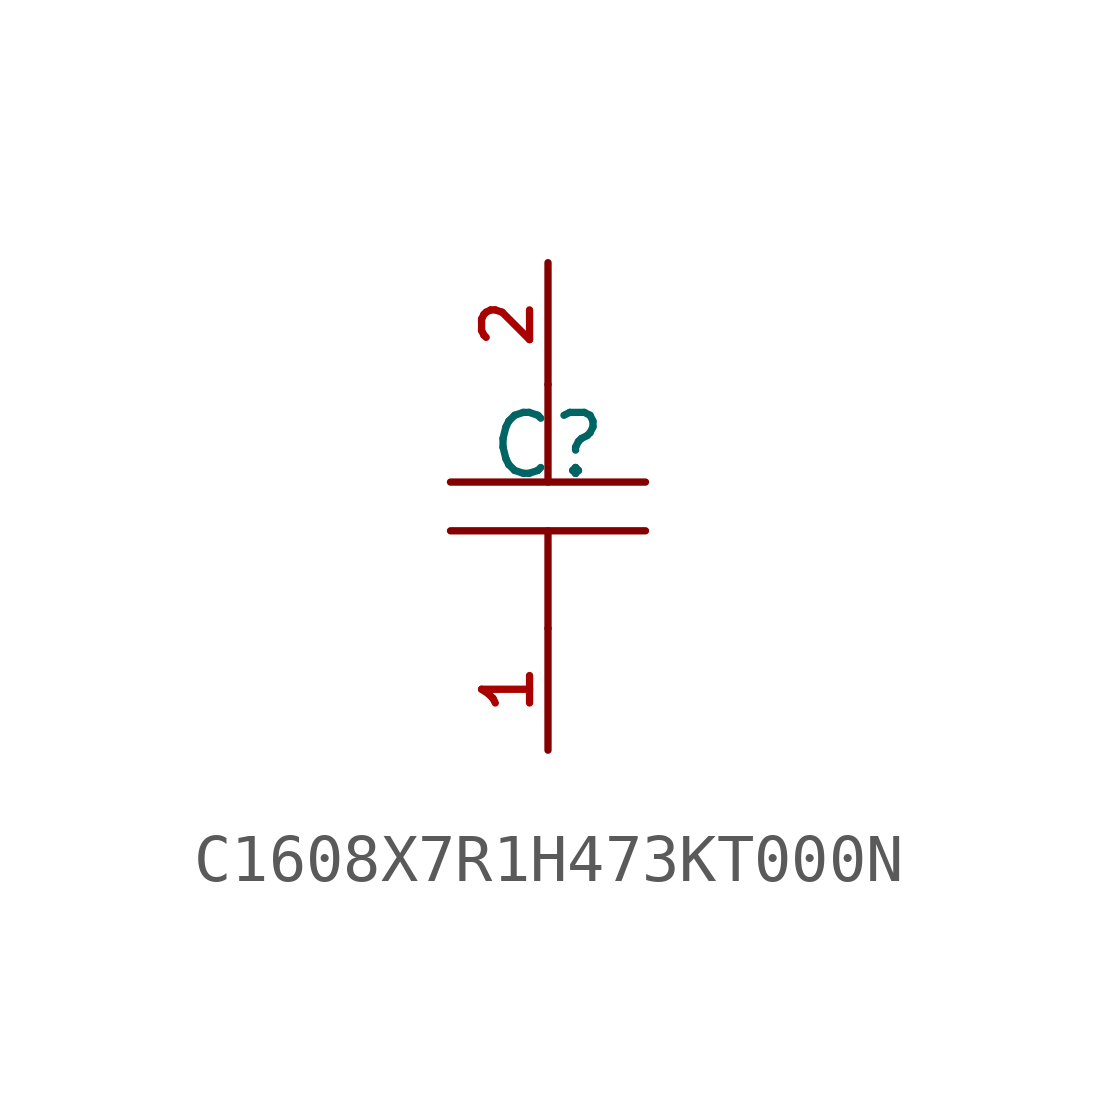
<source format=kicad_sym>
(kicad_symbol_lib
  (version 20210201)
  (generator TousstNicolas/JLC2KiCad_lib)
  (symbol "C1608X7R1H473KT000N"
    (pin_names hide)
    (property "Reference" "C"
      (at 0 1.27 0)
      (effects (font (size 1.27 1.27))))
    (symbol "C1608X7R1H473KT000N_0_1"
      (polyline (pts (xy 2.032 -0.508) (xy -2.032 -0.508)) (stroke (width 0) (type default) (color 0 0 0 0)) (fill (type none)))
      (pin unspecified line (at 0.0 -5.08 90) (length 2.54) (name "1" (effects (font (size 1 1)))) (number "1" (effects (font (size 1 1)))))
      (polyline (pts (xy 0.0 2.54) (xy 0.0 0.508)) (stroke (width 0) (type default) (color 0 0 0 0)) (fill (type none)))
      (polyline (pts (xy -2.032 0.508) (xy 2.032 0.508)) (stroke (width 0) (type default) (color 0 0 0 0)) (fill (type none)))
      (pin unspecified line (at 0.0 5.08 270) (length 2.54) (name "2" (effects (font (size 1 1)))) (number "2" (effects (font (size 1 1)))))
      (polyline (pts (xy 0.0 -0.508) (xy 0.0 -2.54)) (stroke (width 0) (type default) (color 0 0 0 0)) (fill (type none))))))
</source>
